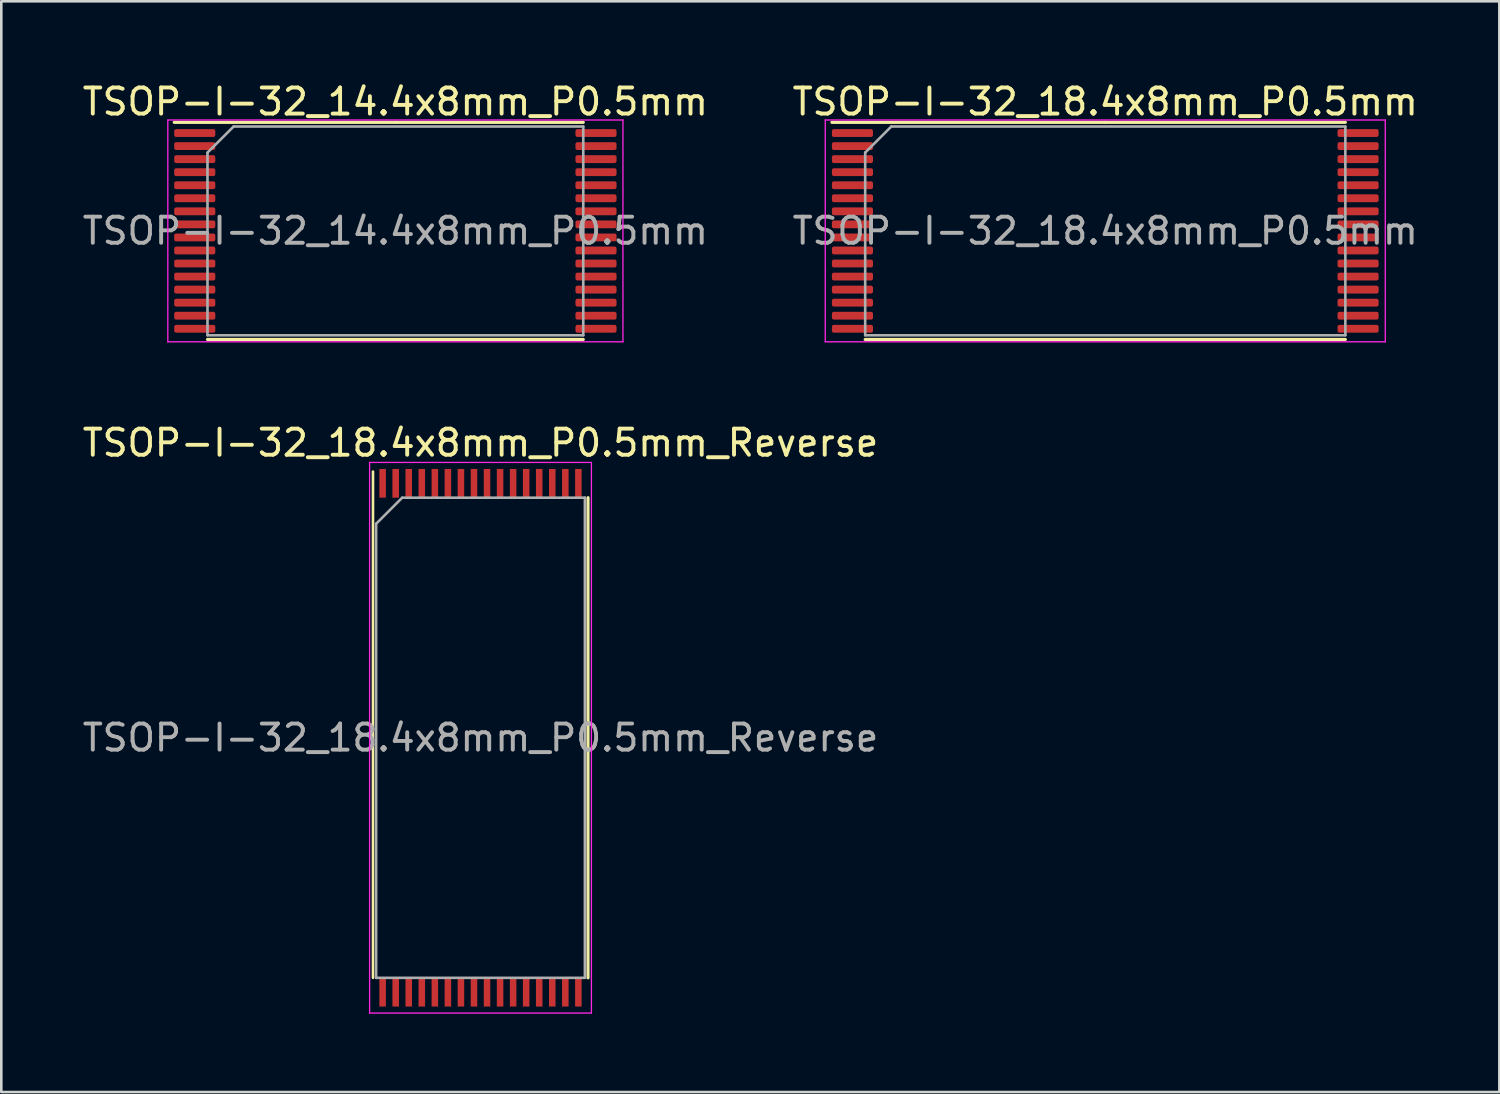
<source format=kicad_pcb>
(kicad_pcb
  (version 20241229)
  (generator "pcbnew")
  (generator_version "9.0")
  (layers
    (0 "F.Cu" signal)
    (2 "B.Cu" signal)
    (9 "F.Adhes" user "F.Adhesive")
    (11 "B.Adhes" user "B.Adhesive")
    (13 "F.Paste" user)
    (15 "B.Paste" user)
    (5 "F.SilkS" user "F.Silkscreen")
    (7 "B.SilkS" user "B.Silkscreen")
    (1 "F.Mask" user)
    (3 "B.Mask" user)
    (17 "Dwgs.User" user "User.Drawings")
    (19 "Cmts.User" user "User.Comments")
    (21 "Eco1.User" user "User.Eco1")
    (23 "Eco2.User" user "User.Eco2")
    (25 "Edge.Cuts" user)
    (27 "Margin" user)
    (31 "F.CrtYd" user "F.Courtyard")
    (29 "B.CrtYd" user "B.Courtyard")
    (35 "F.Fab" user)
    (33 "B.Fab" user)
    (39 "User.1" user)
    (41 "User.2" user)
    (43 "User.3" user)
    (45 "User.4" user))
  (footprint "TSOP-I-32_18.4x8mm_P0.5mm"
    (layer "F.Cu")
    (at 39.304 5.798)
    (property "Reference" "TSOP-I-32_18.4x8mm_P0.5mm" (at 0 -4.95 0) (layer "F.SilkS") (effects (font (size 1 1) (thickness 0.15))))
    (attr smd)
    (fp_line (start 0 -4.16) (end -10.475 -4.16) (stroke (width 0.12) (type solid)) (layer "F.SilkS"))
    (fp_line (start 0 -4.16) (end 9.2 -4.16) (stroke (width 0.12) (type solid)) (layer "F.SilkS"))
    (fp_line (start 0 4.16) (end -9.2 4.16) (stroke (width 0.12) (type solid)) (layer "F.SilkS"))
    (fp_line (start 0 4.16) (end 9.2 4.16) (stroke (width 0.12) (type solid)) (layer "F.SilkS"))
    (fp_line (start -10.73 -4.25) (end -10.73 4.25) (stroke (width 0.05) (type solid)) (layer "F.CrtYd"))
    (fp_line (start -10.73 4.25) (end 10.73 4.25) (stroke (width 0.05) (type solid)) (layer "F.CrtYd"))
    (fp_line (start 10.73 -4.25) (end -10.73 -4.25) (stroke (width 0.05) (type solid)) (layer "F.CrtYd"))
    (fp_line (start 10.73 4.25) (end 10.73 -4.25) (stroke (width 0.05) (type solid)) (layer "F.CrtYd"))
    (fp_line (start -9.2 -3) (end -8.2 -4) (stroke (width 0.1) (type solid)) (layer "F.Fab"))
    (fp_line (start -9.2 4) (end -9.2 -3) (stroke (width 0.1) (type solid)) (layer "F.Fab"))
    (fp_line (start -8.2 -4) (end 9.2 -4) (stroke (width 0.1) (type solid)) (layer "F.Fab"))
    (fp_line (start 9.2 -4) (end 9.2 4) (stroke (width 0.1) (type solid)) (layer "F.Fab"))
    (fp_line (start 9.2 4) (end -9.2 4) (stroke (width 0.1) (type solid)) (layer "F.Fab"))
    (fp_text user "${REFERENCE}" (at 0 0 0) (layer "F.Fab") (effects (font (size 1 1) (thickness 0.15))))
    (pad "1" smd roundrect (at -9.688 -3.75) (size 1.575 0.3) (layers "F.Cu" "F.Mask" "F.Paste") (roundrect_rratio 0.25))
    (pad "2" smd roundrect (at -9.688 -3.25) (size 1.575 0.3) (layers "F.Cu" "F.Mask" "F.Paste") (roundrect_rratio 0.25))
    (pad "3" smd roundrect (at -9.688 -2.75) (size 1.575 0.3) (layers "F.Cu" "F.Mask" "F.Paste") (roundrect_rratio 0.25))
    (pad "4" smd roundrect (at -9.688 -2.25) (size 1.575 0.3) (layers "F.Cu" "F.Mask" "F.Paste") (roundrect_rratio 0.25))
    (pad "5" smd roundrect (at -9.688 -1.75) (size 1.575 0.3) (layers "F.Cu" "F.Mask" "F.Paste") (roundrect_rratio 0.25))
    (pad "6" smd roundrect (at -9.688 -1.25) (size 1.575 0.3) (layers "F.Cu" "F.Mask" "F.Paste") (roundrect_rratio 0.25))
    (pad "7" smd roundrect (at -9.688 -0.75) (size 1.575 0.3) (layers "F.Cu" "F.Mask" "F.Paste") (roundrect_rratio 0.25))
    (pad "8" smd roundrect (at -9.688 -0.25) (size 1.575 0.3) (layers "F.Cu" "F.Mask" "F.Paste") (roundrect_rratio 0.25))
    (pad "9" smd roundrect (at -9.688 0.25) (size 1.575 0.3) (layers "F.Cu" "F.Mask" "F.Paste") (roundrect_rratio 0.25))
    (pad "10" smd roundrect (at -9.688 0.75) (size 1.575 0.3) (layers "F.Cu" "F.Mask" "F.Paste") (roundrect_rratio 0.25))
    (pad "11" smd roundrect (at -9.688 1.25) (size 1.575 0.3) (layers "F.Cu" "F.Mask" "F.Paste") (roundrect_rratio 0.25))
    (pad "12" smd roundrect (at -9.688 1.75) (size 1.575 0.3) (layers "F.Cu" "F.Mask" "F.Paste") (roundrect_rratio 0.25))
    (pad "13" smd roundrect (at -9.688 2.25) (size 1.575 0.3) (layers "F.Cu" "F.Mask" "F.Paste") (roundrect_rratio 0.25))
    (pad "14" smd roundrect (at -9.688 2.75) (size 1.575 0.3) (layers "F.Cu" "F.Mask" "F.Paste") (roundrect_rratio 0.25))
    (pad "15" smd roundrect (at -9.688 3.25) (size 1.575 0.3) (layers "F.Cu" "F.Mask" "F.Paste") (roundrect_rratio 0.25))
    (pad "16" smd roundrect (at -9.688 3.75) (size 1.575 0.3) (layers "F.Cu" "F.Mask" "F.Paste") (roundrect_rratio 0.25))
    (pad "17" smd roundrect (at 9.688 3.75) (size 1.575 0.3) (layers "F.Cu" "F.Mask" "F.Paste") (roundrect_rratio 0.25))
    (pad "18" smd roundrect (at 9.688 3.25) (size 1.575 0.3) (layers "F.Cu" "F.Mask" "F.Paste") (roundrect_rratio 0.25))
    (pad "19" smd roundrect (at 9.688 2.75) (size 1.575 0.3) (layers "F.Cu" "F.Mask" "F.Paste") (roundrect_rratio 0.25))
    (pad "20" smd roundrect (at 9.688 2.25) (size 1.575 0.3) (layers "F.Cu" "F.Mask" "F.Paste") (roundrect_rratio 0.25))
    (pad "21" smd roundrect (at 9.688 1.75) (size 1.575 0.3) (layers "F.Cu" "F.Mask" "F.Paste") (roundrect_rratio 0.25))
    (pad "22" smd roundrect (at 9.688 1.25) (size 1.575 0.3) (layers "F.Cu" "F.Mask" "F.Paste") (roundrect_rratio 0.25))
    (pad "23" smd roundrect (at 9.688 0.75) (size 1.575 0.3) (layers "F.Cu" "F.Mask" "F.Paste") (roundrect_rratio 0.25))
    (pad "24" smd roundrect (at 9.688 0.25) (size 1.575 0.3) (layers "F.Cu" "F.Mask" "F.Paste") (roundrect_rratio 0.25))
    (pad "25" smd roundrect (at 9.688 -0.25) (size 1.575 0.3) (layers "F.Cu" "F.Mask" "F.Paste") (roundrect_rratio 0.25))
    (pad "26" smd roundrect (at 9.688 -0.75) (size 1.575 0.3) (layers "F.Cu" "F.Mask" "F.Paste") (roundrect_rratio 0.25))
    (pad "27" smd roundrect (at 9.688 -1.25) (size 1.575 0.3) (layers "F.Cu" "F.Mask" "F.Paste") (roundrect_rratio 0.25))
    (pad "28" smd roundrect (at 9.688 -1.75) (size 1.575 0.3) (layers "F.Cu" "F.Mask" "F.Paste") (roundrect_rratio 0.25))
    (pad "29" smd roundrect (at 9.688 -2.25) (size 1.575 0.3) (layers "F.Cu" "F.Mask" "F.Paste") (roundrect_rratio 0.25))
    (pad "30" smd roundrect (at 9.688 -2.75) (size 1.575 0.3) (layers "F.Cu" "F.Mask" "F.Paste") (roundrect_rratio 0.25))
    (pad "31" smd roundrect (at 9.688 -3.25) (size 1.575 0.3) (layers "F.Cu" "F.Mask" "F.Paste") (roundrect_rratio 0.25))
    (pad "32" smd roundrect (at 9.688 -3.75) (size 1.575 0.3) (layers "F.Cu" "F.Mask" "F.Paste") (roundrect_rratio 0.25)))
  (footprint "TSOP-I-32_18.4x8mm_P0.5mm_Reverse"
    (layer "F.Cu")
    (at 15.363 25.221)
    (property "Reference" "TSOP-I-32_18.4x8mm_P0.5mm_Reverse" (at 0 -11.3 0) (layer "F.SilkS") (effects (font (size 1 1) (thickness 0.15))))
    (attr smd)
    (fp_line (start -4.12 -10.2) (end -4.12 9.2) (stroke (width 0.1) (type solid)) (layer "F.SilkS"))
    (fp_line (start 4.12 9.2) (end 4.12 -9.2) (stroke (width 0.12) (type solid)) (layer "F.SilkS"))
    (fp_line (start -4.25 -10.55) (end 4.25 -10.55) (stroke (width 0.05) (type solid)) (layer "F.CrtYd"))
    (fp_line (start -4.25 10.55) (end -4.25 -10.55) (stroke (width 0.05) (type solid)) (layer "F.CrtYd"))
    (fp_line (start 4.25 -10.55) (end 4.25 10.55) (stroke (width 0.05) (type solid)) (layer "F.CrtYd"))
    (fp_line (start 4.25 10.55) (end -4.25 10.55) (stroke (width 0.05) (type solid)) (layer "F.CrtYd"))
    (fp_line (start -4 -8.2) (end -4 9.2) (stroke (width 0.1) (type solid)) (layer "F.Fab"))
    (fp_line (start -4 -8.2) (end -3 -9.2) (stroke (width 0.1) (type solid)) (layer "F.Fab"))
    (fp_line (start -3 -9.2) (end 4 -9.2) (stroke (width 0.1) (type solid)) (layer "F.Fab"))
    (fp_line (start 4 -9.2) (end 4 9.2) (stroke (width 0.1) (type solid)) (layer "F.Fab"))
    (fp_line (start 4 9.2) (end -4 9.2) (stroke (width 0.1) (type solid)) (layer "F.Fab"))
    (fp_text user "${REFERENCE}" (at 0 0 0) (layer "F.Fab") (effects (font (size 1 1) (thickness 0.15))))
    (pad "1" smd rect (at -3.75 -9.75) (size 0.25 1.1) (layers "F.Cu" "F.Mask" "F.Paste"))
    (pad "2" smd rect (at -3.25 -9.75) (size 0.25 1.1) (layers "F.Cu" "F.Mask" "F.Paste"))
    (pad "3" smd rect (at -2.75 -9.75) (size 0.25 1.1) (layers "F.Cu" "F.Mask" "F.Paste"))
    (pad "4" smd rect (at -2.25 -9.75) (size 0.25 1.1) (layers "F.Cu" "F.Mask" "F.Paste"))
    (pad "5" smd rect (at -1.75 -9.75) (size 0.25 1.1) (layers "F.Cu" "F.Mask" "F.Paste"))
    (pad "6" smd rect (at -1.25 -9.75) (size 0.25 1.1) (layers "F.Cu" "F.Mask" "F.Paste"))
    (pad "7" smd rect (at -0.75 -9.75) (size 0.25 1.1) (layers "F.Cu" "F.Mask" "F.Paste"))
    (pad "8" smd rect (at -0.25 -9.75) (size 0.25 1.1) (layers "F.Cu" "F.Mask" "F.Paste"))
    (pad "9" smd rect (at 0.25 -9.75) (size 0.25 1.1) (layers "F.Cu" "F.Mask" "F.Paste"))
    (pad "10" smd rect (at 0.75 -9.75) (size 0.25 1.1) (layers "F.Cu" "F.Mask" "F.Paste"))
    (pad "11" smd rect (at 1.25 -9.75) (size 0.25 1.1) (layers "F.Cu" "F.Mask" "F.Paste"))
    (pad "12" smd rect (at 1.75 -9.75) (size 0.25 1.1) (layers "F.Cu" "F.Mask" "F.Paste"))
    (pad "13" smd rect (at 2.25 -9.75) (size 0.25 1.1) (layers "F.Cu" "F.Mask" "F.Paste"))
    (pad "14" smd rect (at 2.75 -9.75) (size 0.25 1.1) (layers "F.Cu" "F.Mask" "F.Paste"))
    (pad "15" smd rect (at 3.25 -9.75) (size 0.25 1.1) (layers "F.Cu" "F.Mask" "F.Paste"))
    (pad "16" smd rect (at 3.75 -9.75) (size 0.25 1.1) (layers "F.Cu" "F.Mask" "F.Paste"))
    (pad "17" smd rect (at 3.75 9.75) (size 0.25 1.1) (layers "F.Cu" "F.Mask" "F.Paste"))
    (pad "18" smd rect (at 3.25 9.75) (size 0.25 1.1) (layers "F.Cu" "F.Mask" "F.Paste"))
    (pad "19" smd rect (at 2.75 9.75) (size 0.25 1.1) (layers "F.Cu" "F.Mask" "F.Paste"))
    (pad "20" smd rect (at 2.25 9.75) (size 0.25 1.1) (layers "F.Cu" "F.Mask" "F.Paste"))
    (pad "21" smd rect (at 1.75 9.75) (size 0.25 1.1) (layers "F.Cu" "F.Mask" "F.Paste"))
    (pad "22" smd rect (at 1.25 9.75) (size 0.25 1.1) (layers "F.Cu" "F.Mask" "F.Paste"))
    (pad "23" smd rect (at 0.75 9.75) (size 0.25 1.1) (layers "F.Cu" "F.Mask" "F.Paste"))
    (pad "24" smd rect (at 0.25 9.75) (size 0.25 1.1) (layers "F.Cu" "F.Mask" "F.Paste"))
    (pad "25" smd rect (at -0.25 9.75) (size 0.25 1.1) (layers "F.Cu" "F.Mask" "F.Paste"))
    (pad "26" smd rect (at -0.75 9.75) (size 0.25 1.1) (layers "F.Cu" "F.Mask" "F.Paste"))
    (pad "27" smd rect (at -1.25 9.75) (size 0.25 1.1) (layers "F.Cu" "F.Mask" "F.Paste"))
    (pad "28" smd rect (at -1.75 9.75) (size 0.25 1.1) (layers "F.Cu" "F.Mask" "F.Paste"))
    (pad "29" smd rect (at -2.25 9.75) (size 0.25 1.1) (layers "F.Cu" "F.Mask" "F.Paste"))
    (pad "30" smd rect (at -2.75 9.75) (size 0.25 1.1) (layers "F.Cu" "F.Mask" "F.Paste"))
    (pad "31" smd rect (at -3.25 9.75) (size 0.25 1.1) (layers "F.Cu" "F.Mask" "F.Paste"))
    (pad "32" smd rect (at -3.75 9.75) (size 0.25 1.1) (layers "F.Cu" "F.Mask" "F.Paste")))
  (footprint "TSOP-I-32_14.4x8mm_P0.5mm"
    (layer "F.Cu")
    (at 12.101 5.798)
    (property "Reference" "TSOP-I-32_14.4x8mm_P0.5mm" (at 0 -4.95 0) (layer "F.SilkS") (effects (font (size 1 1) (thickness 0.15))))
    (attr smd)
    (fp_line (start 0 -4.16) (end -8.475 -4.16) (stroke (width 0.12) (type solid)) (layer "F.SilkS"))
    (fp_line (start 0 -4.16) (end 7.2 -4.16) (stroke (width 0.12) (type solid)) (layer "F.SilkS"))
    (fp_line (start 0 4.16) (end -7.2 4.16) (stroke (width 0.12) (type solid)) (layer "F.SilkS"))
    (fp_line (start 0 4.16) (end 7.2 4.16) (stroke (width 0.12) (type solid)) (layer "F.SilkS"))
    (fp_line (start -8.72 -4.25) (end -8.72 4.25) (stroke (width 0.05) (type solid)) (layer "F.CrtYd"))
    (fp_line (start -8.72 4.25) (end 8.72 4.25) (stroke (width 0.05) (type solid)) (layer "F.CrtYd"))
    (fp_line (start 8.72 -4.25) (end -8.72 -4.25) (stroke (width 0.05) (type solid)) (layer "F.CrtYd"))
    (fp_line (start 8.72 4.25) (end 8.72 -4.25) (stroke (width 0.05) (type solid)) (layer "F.CrtYd"))
    (fp_line (start -7.2 -3) (end -6.2 -4) (stroke (width 0.1) (type solid)) (layer "F.Fab"))
    (fp_line (start -7.2 4) (end -7.2 -3) (stroke (width 0.1) (type solid)) (layer "F.Fab"))
    (fp_line (start -6.2 -4) (end 7.2 -4) (stroke (width 0.1) (type solid)) (layer "F.Fab"))
    (fp_line (start 7.2 -4) (end 7.2 4) (stroke (width 0.1) (type solid)) (layer "F.Fab"))
    (fp_line (start 7.2 4) (end -7.2 4) (stroke (width 0.1) (type solid)) (layer "F.Fab"))
    (fp_text user "${REFERENCE}" (at 0 0 0) (layer "F.Fab") (effects (font (size 1 1) (thickness 0.15))))
    (pad "1" smd roundrect (at -7.688 -3.75) (size 1.575 0.3) (layers "F.Cu" "F.Mask" "F.Paste") (roundrect_rratio 0.25))
    (pad "2" smd roundrect (at -7.688 -3.25) (size 1.575 0.3) (layers "F.Cu" "F.Mask" "F.Paste") (roundrect_rratio 0.25))
    (pad "3" smd roundrect (at -7.688 -2.75) (size 1.575 0.3) (layers "F.Cu" "F.Mask" "F.Paste") (roundrect_rratio 0.25))
    (pad "4" smd roundrect (at -7.688 -2.25) (size 1.575 0.3) (layers "F.Cu" "F.Mask" "F.Paste") (roundrect_rratio 0.25))
    (pad "5" smd roundrect (at -7.688 -1.75) (size 1.575 0.3) (layers "F.Cu" "F.Mask" "F.Paste") (roundrect_rratio 0.25))
    (pad "6" smd roundrect (at -7.688 -1.25) (size 1.575 0.3) (layers "F.Cu" "F.Mask" "F.Paste") (roundrect_rratio 0.25))
    (pad "7" smd roundrect (at -7.688 -0.75) (size 1.575 0.3) (layers "F.Cu" "F.Mask" "F.Paste") (roundrect_rratio 0.25))
    (pad "8" smd roundrect (at -7.688 -0.25) (size 1.575 0.3) (layers "F.Cu" "F.Mask" "F.Paste") (roundrect_rratio 0.25))
    (pad "9" smd roundrect (at -7.688 0.25) (size 1.575 0.3) (layers "F.Cu" "F.Mask" "F.Paste") (roundrect_rratio 0.25))
    (pad "10" smd roundrect (at -7.688 0.75) (size 1.575 0.3) (layers "F.Cu" "F.Mask" "F.Paste") (roundrect_rratio 0.25))
    (pad "11" smd roundrect (at -7.688 1.25) (size 1.575 0.3) (layers "F.Cu" "F.Mask" "F.Paste") (roundrect_rratio 0.25))
    (pad "12" smd roundrect (at -7.688 1.75) (size 1.575 0.3) (layers "F.Cu" "F.Mask" "F.Paste") (roundrect_rratio 0.25))
    (pad "13" smd roundrect (at -7.688 2.25) (size 1.575 0.3) (layers "F.Cu" "F.Mask" "F.Paste") (roundrect_rratio 0.25))
    (pad "14" smd roundrect (at -7.688 2.75) (size 1.575 0.3) (layers "F.Cu" "F.Mask" "F.Paste") (roundrect_rratio 0.25))
    (pad "15" smd roundrect (at -7.688 3.25) (size 1.575 0.3) (layers "F.Cu" "F.Mask" "F.Paste") (roundrect_rratio 0.25))
    (pad "16" smd roundrect (at -7.688 3.75) (size 1.575 0.3) (layers "F.Cu" "F.Mask" "F.Paste") (roundrect_rratio 0.25))
    (pad "17" smd roundrect (at 7.688 3.75) (size 1.575 0.3) (layers "F.Cu" "F.Mask" "F.Paste") (roundrect_rratio 0.25))
    (pad "18" smd roundrect (at 7.688 3.25) (size 1.575 0.3) (layers "F.Cu" "F.Mask" "F.Paste") (roundrect_rratio 0.25))
    (pad "19" smd roundrect (at 7.688 2.75) (size 1.575 0.3) (layers "F.Cu" "F.Mask" "F.Paste") (roundrect_rratio 0.25))
    (pad "20" smd roundrect (at 7.688 2.25) (size 1.575 0.3) (layers "F.Cu" "F.Mask" "F.Paste") (roundrect_rratio 0.25))
    (pad "21" smd roundrect (at 7.688 1.75) (size 1.575 0.3) (layers "F.Cu" "F.Mask" "F.Paste") (roundrect_rratio 0.25))
    (pad "22" smd roundrect (at 7.688 1.25) (size 1.575 0.3) (layers "F.Cu" "F.Mask" "F.Paste") (roundrect_rratio 0.25))
    (pad "23" smd roundrect (at 7.688 0.75) (size 1.575 0.3) (layers "F.Cu" "F.Mask" "F.Paste") (roundrect_rratio 0.25))
    (pad "24" smd roundrect (at 7.688 0.25) (size 1.575 0.3) (layers "F.Cu" "F.Mask" "F.Paste") (roundrect_rratio 0.25))
    (pad "25" smd roundrect (at 7.688 -0.25) (size 1.575 0.3) (layers "F.Cu" "F.Mask" "F.Paste") (roundrect_rratio 0.25))
    (pad "26" smd roundrect (at 7.688 -0.75) (size 1.575 0.3) (layers "F.Cu" "F.Mask" "F.Paste") (roundrect_rratio 0.25))
    (pad "27" smd roundrect (at 7.688 -1.25) (size 1.575 0.3) (layers "F.Cu" "F.Mask" "F.Paste") (roundrect_rratio 0.25))
    (pad "28" smd roundrect (at 7.688 -1.75) (size 1.575 0.3) (layers "F.Cu" "F.Mask" "F.Paste") (roundrect_rratio 0.25))
    (pad "29" smd roundrect (at 7.688 -2.25) (size 1.575 0.3) (layers "F.Cu" "F.Mask" "F.Paste") (roundrect_rratio 0.25))
    (pad "30" smd roundrect (at 7.688 -2.75) (size 1.575 0.3) (layers "F.Cu" "F.Mask" "F.Paste") (roundrect_rratio 0.25))
    (pad "31" smd roundrect (at 7.688 -3.25) (size 1.575 0.3) (layers "F.Cu" "F.Mask" "F.Paste") (roundrect_rratio 0.25))
    (pad "32" smd roundrect (at 7.688 -3.75) (size 1.575 0.3) (layers "F.Cu" "F.Mask" "F.Paste") (roundrect_rratio 0.25)))
  (gr_rect
    (start -3 -3)
    (end 54.405 38.797)
    (stroke (width 0.1) (type default))
    (fill no)
    (layer "Edge.Cuts")))
</source>
